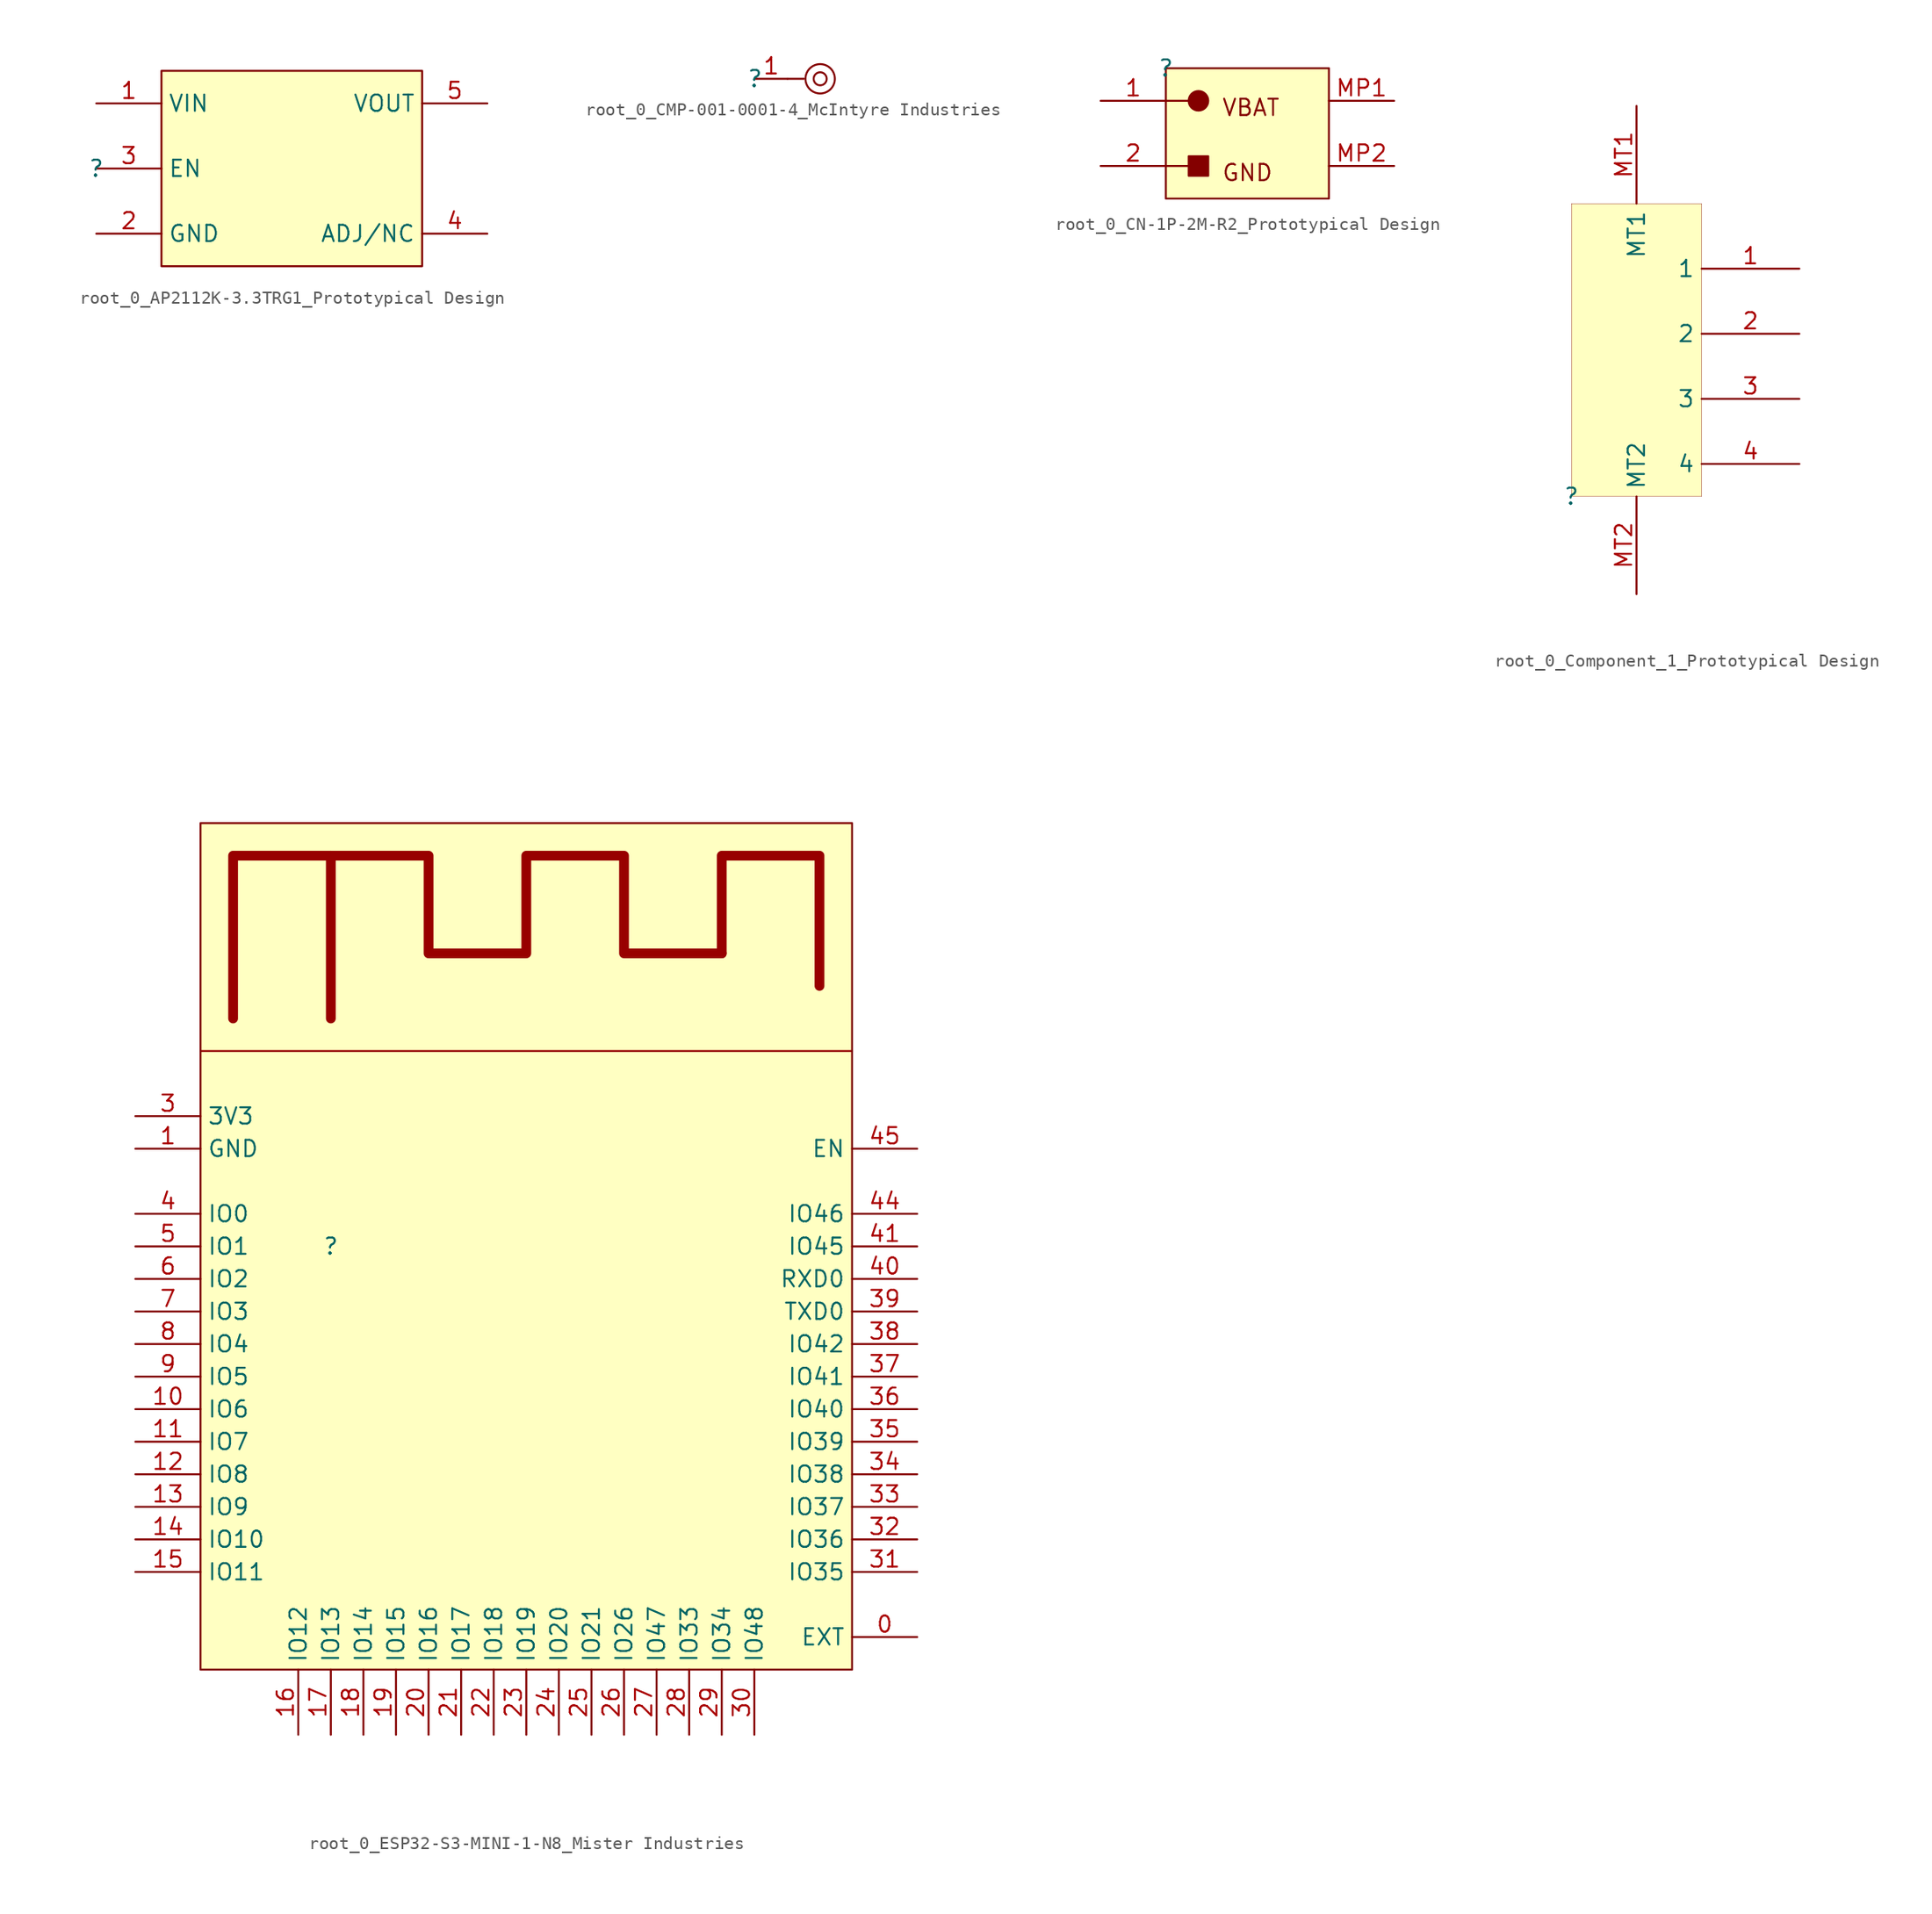
<source format=kicad_sym>
(kicad_symbol_lib
  (version 20241209)
  (generator "kicad_symbol_editor")
  (generator_version "9.0")
  (symbol "root_0_AP2112K-3.3TRG1_Prototypical Design"
    (property "Reference" ""
      (at 0 0 0)
      (effects (font (size 1.27 1.27))))
    (property "Value" ""
      (at 0 0 0)
      (effects (font (size 1.27 1.27))))
    (symbol "root_0_AP2112K-3.3TRG1_Prototypical Design_1_0"
      (rectangle (start 25.4 7.62) (end 5.08 -7.62) (stroke (width 0) (type solid) (color 128 0 0 1)) (fill (type background)))
      (pin passive line (at 0 5.08 0) (length 5.08) (name "VIN" (effects (font (size 1.27 1.27)))) (number "1" (effects (font (size 1.27 1.27)))))
      (pin input line (at 0 0 0) (length 5.08) (name "EN" (effects (font (size 1.27 1.27)))) (number "3" (effects (font (size 1.27 1.27)))))
      (pin passive line (at 0 -5.08 0) (length 5.08) (name "GND" (effects (font (size 1.27 1.27)))) (number "2" (effects (font (size 1.27 1.27)))))
      (pin passive line (at 30.48 5.08 180) (length 5.08) (name "VOUT" (effects (font (size 1.27 1.27)))) (number "5" (effects (font (size 1.27 1.27)))))
      (pin bidirectional line (at 30.48 -5.08 180) (length 5.08) (name "ADJ/NC" (effects (font (size 1.27 1.27)))) (number "4" (effects (font (size 1.27 1.27)))))))
  (symbol "root_0_CMP-001-0001-4_McIntyre Industries"
    (pin_names
      (hide yes))
    (property "Reference" ""
      (at 0 0 0)
      (effects (font (size 1.27 1.27))))
    (property "Value" ""
      (at 0 0 0)
      (effects (font (size 1.27 1.27))))
    (symbol "root_0_CMP-001-0001-4_McIntyre Industries_1_0"
      (polyline (pts (xy 3.81 0) (xy 2.54 0)) (stroke (width 0) (type solid)) (fill (type none)))
      (circle (center 5.08 0) (radius 0.508) (stroke (width 0) (type solid)) (fill (type none)))
      (circle (center 5.08 0) (radius 1.143) (stroke (width 0) (type solid)) (fill (type none)))
      (pin passive line (at 0 0 0) (length 2.54) (name "TP" (effects (font (size 1.27 1.27)))) (number "1" (effects (font (size 1.27 1.27)))))))
  (symbol "root_0_CN-1P-2M-R2_Prototypical Design"
    (pin_names
      (hide yes))
    (property "Reference" ""
      (at 0 0 0)
      (effects (font (size 1.27 1.27))))
    (property "Value" ""
      (at 0 0 0)
      (effects (font (size 1.27 1.27))))
    (symbol "root_0_CN-1P-2M-R2_Prototypical Design_1_0"
      (polyline (pts (xy 0 -2.54) (xy 1.778 -2.54)) (stroke (width 0) (type solid)) (fill (type none)))
      (polyline (pts (xy 0 -7.62) (xy 1.778 -7.62)) (stroke (width 0) (type solid)) (fill (type none)))
      (circle (center 2.54 -2.54) (radius 0.762) (stroke (width 0) (type solid)) (fill (type outline)))
      (rectangle (start 3.302 -6.858) (end 1.778 -8.382) (stroke (width 0) (type solid)) (fill (type outline)))
      (rectangle (start 12.7 0) (end 0 -10.16) (stroke (width 0) (type solid) (color 128 0 0 1)) (fill (type background)))
      (text "VBAT" (at 4.318 -3.81 0) (effects (font (size 1.27 1.27)) (justify left bottom)))
      (text "GND" (at 4.318 -8.89 0) (effects (font (size 1.27 1.27)) (justify left bottom)))
      (pin passive line (at -5.08 -2.54 0) (length 5.08) (name "1" (effects (font (size 1.27 1.27)))) (number "1" (effects (font (size 1.27 1.27)))))
      (pin passive line (at -5.08 -7.62 0) (length 5.08) (name "2" (effects (font (size 1.27 1.27)))) (number "2" (effects (font (size 1.27 1.27)))))
      (pin passive line (at 17.78 -2.54 180) (length 5.08) (name "MP1" (effects (font (size 1.27 1.27)))) (number "MP1" (effects (font (size 1.27 1.27)))))
      (pin passive line (at 17.78 -7.62 180) (length 5.08) (name "MP2" (effects (font (size 1.27 1.27)))) (number "MP2" (effects (font (size 1.27 1.27)))))))
  (symbol "root_0_Component_1_Prototypical Design"
    (property "Reference" ""
      (at 0 0 0)
      (effects (font (size 1.27 1.27))))
    (property "Value" ""
      (at 0 0 0)
      (effects (font (size 1.27 1.27))))
    (symbol "root_0_Component_1_Prototypical Design_1_0"
      (rectangle (start 10.16 22.86) (end 0 0) (stroke (width 0.025) (type solid) (color 128 0 0 1)) (fill (type background)))
      (pin passive line (at 5.08 30.48 270) (length 7.62) (name "MT1" (effects (font (size 1.27 1.27)))) (number "MT1" (effects (font (size 1.27 1.27)))))
      (pin passive line (at 5.08 -7.62 90) (length 7.62) (name "MT2" (effects (font (size 1.27 1.27)))) (number "MT2" (effects (font (size 1.27 1.27)))))
      (pin passive line (at 17.78 17.78 180) (length 7.62) (name "1" (effects (font (size 1.27 1.27)))) (number "1" (effects (font (size 1.27 1.27)))))
      (pin passive line (at 17.78 12.7 180) (length 7.62) (name "2" (effects (font (size 1.27 1.27)))) (number "2" (effects (font (size 1.27 1.27)))))
      (pin passive line (at 17.78 7.62 180) (length 7.62) (name "3" (effects (font (size 1.27 1.27)))) (number "3" (effects (font (size 1.27 1.27)))))
      (pin passive line (at 17.78 2.54 180) (length 7.62) (name "4" (effects (font (size 1.27 1.27)))) (number "4" (effects (font (size 1.27 1.27)))))))
  (symbol "root_0_ESP32-S3-MINI-1-N8_Mister Industries"
    (property "Reference" ""
      (at 0 0 0)
      (effects (font (size 1.27 1.27))))
    (property "Value" ""
      (at 0 0 0)
      (effects (font (size 1.27 1.27))))
    (symbol "root_0_ESP32-S3-MINI-1-N8_Mister Industries_1_0"
      (polyline (pts (xy -10.16 15.24) (xy 40.64 15.24)) (stroke (width 0) (type solid) (color 152 0 0 1)) (fill (type none)))
      (polyline (pts (xy -7.62 17.78) (xy -7.62 30.48) (xy 7.62 30.48) (xy 7.62 22.86) (xy 15.24 22.86) (xy 15.24 30.48) (xy 22.86 30.48) (xy 22.86 22.86) (xy 30.48 22.86)) (stroke (width 0.762) (type solid) (color 152 0 0 1)) (fill (type none)))
      (polyline (pts (xy 0 17.78) (xy 0 30.48)) (stroke (width 0.762) (type solid) (color 152 0 0 1)) (fill (type none)))
      (polyline (pts (xy 30.48 22.86) (xy 30.48 30.48) (xy 38.1 30.48) (xy 38.1 20.32)) (stroke (width 0.762) (type solid) (color 152 0 0 1)) (fill (type none)))
      (rectangle (start 40.64 33.02) (end -10.16 -33.02) (stroke (width 0) (type solid) (color 128 0 0 1)) (fill (type background)))
      (pin power_in line (at -15.24 10.16 0) (length 5.08) (name "3V3" (effects (font (size 1.27 1.27)))) (number "3" (effects (font (size 1.27 1.27)))))
      (pin power_in line (at -15.24 7.62 0) (length 5.08) (name "GND" (effects (font (size 1.27 1.27)))) (number "1" (effects (font (size 1.27 1.27)))))
      (pin bidirectional line (at -15.24 2.54 0) (length 5.08) (name "IO0" (effects (font (size 1.27 1.27)))) (number "4" (effects (font (size 1.27 1.27)))))
      (pin bidirectional line (at -15.24 0 0) (length 5.08) (name "IO1" (effects (font (size 1.27 1.27)))) (number "5" (effects (font (size 1.27 1.27)))))
      (pin bidirectional line (at -15.24 -2.54 0) (length 5.08) (name "IO2" (effects (font (size 1.27 1.27)))) (number "6" (effects (font (size 1.27 1.27)))))
      (pin bidirectional line (at -15.24 -5.08 0) (length 5.08) (name "IO3" (effects (font (size 1.27 1.27)))) (number "7" (effects (font (size 1.27 1.27)))))
      (pin bidirectional line (at -15.24 -7.62 0) (length 5.08) (name "IO4" (effects (font (size 1.27 1.27)))) (number "8" (effects (font (size 1.27 1.27)))))
      (pin bidirectional line (at -15.24 -10.16 0) (length 5.08) (name "IO5" (effects (font (size 1.27 1.27)))) (number "9" (effects (font (size 1.27 1.27)))))
      (pin bidirectional line (at -15.24 -12.7 0) (length 5.08) (name "IO6" (effects (font (size 1.27 1.27)))) (number "10" (effects (font (size 1.27 1.27)))))
      (pin bidirectional line (at -15.24 -15.24 0) (length 5.08) (name "IO7" (effects (font (size 1.27 1.27)))) (number "11" (effects (font (size 1.27 1.27)))))
      (pin bidirectional line (at -15.24 -17.78 0) (length 5.08) (name "IO8" (effects (font (size 1.27 1.27)))) (number "12" (effects (font (size 1.27 1.27)))))
      (pin bidirectional line (at -15.24 -20.32 0) (length 5.08) (name "IO9" (effects (font (size 1.27 1.27)))) (number "13" (effects (font (size 1.27 1.27)))))
      (pin bidirectional line (at -15.24 -22.86 0) (length 5.08) (name "IO10" (effects (font (size 1.27 1.27)))) (number "14" (effects (font (size 1.27 1.27)))))
      (pin bidirectional line (at -15.24 -25.4 0) (length 5.08) (name "IO11" (effects (font (size 1.27 1.27)))) (number "15" (effects (font (size 1.27 1.27)))))
      (pin bidirectional line (at -2.54 -38.1 90) (length 5.08) (name "IO12" (effects (font (size 1.27 1.27)))) (number "16" (effects (font (size 1.27 1.27)))))
      (pin bidirectional line (at 0 -38.1 90) (length 5.08) (name "IO13" (effects (font (size 1.27 1.27)))) (number "17" (effects (font (size 1.27 1.27)))))
      (pin bidirectional line (at 2.54 -38.1 90) (length 5.08) (name "IO14" (effects (font (size 1.27 1.27)))) (number "18" (effects (font (size 1.27 1.27)))))
      (pin bidirectional line (at 5.08 -38.1 90) (length 5.08) (name "IO15" (effects (font (size 1.27 1.27)))) (number "19" (effects (font (size 1.27 1.27)))))
      (pin bidirectional line (at 7.62 -38.1 90) (length 5.08) (name "IO16" (effects (font (size 1.27 1.27)))) (number "20" (effects (font (size 1.27 1.27)))))
      (pin bidirectional line (at 10.16 -38.1 90) (length 5.08) (name "IO17" (effects (font (size 1.27 1.27)))) (number "21" (effects (font (size 1.27 1.27)))))
      (pin bidirectional line (at 12.7 -38.1 90) (length 5.08) (name "IO18" (effects (font (size 1.27 1.27)))) (number "22" (effects (font (size 1.27 1.27)))))
      (pin bidirectional line (at 15.24 -38.1 90) (length 5.08) (name "IO19" (effects (font (size 1.27 1.27)))) (number "23" (effects (font (size 1.27 1.27)))))
      (pin bidirectional line (at 17.78 -38.1 90) (length 5.08) (name "IO20" (effects (font (size 1.27 1.27)))) (number "24" (effects (font (size 1.27 1.27)))))
      (pin bidirectional line (at 20.32 -38.1 90) (length 5.08) (name "IO21" (effects (font (size 1.27 1.27)))) (number "25" (effects (font (size 1.27 1.27)))))
      (pin bidirectional line (at 22.86 -38.1 90) (length 5.08) (name "IO26" (effects (font (size 1.27 1.27)))) (number "26" (effects (font (size 1.27 1.27)))))
      (pin bidirectional line (at 25.4 -38.1 90) (length 5.08) (name "IO47" (effects (font (size 1.27 1.27)))) (number "27" (effects (font (size 1.27 1.27)))))
      (pin bidirectional line (at 27.94 -38.1 90) (length 5.08) (name "IO33" (effects (font (size 1.27 1.27)))) (number "28" (effects (font (size 1.27 1.27)))))
      (pin bidirectional line (at 30.48 -38.1 90) (length 5.08) (name "IO34" (effects (font (size 1.27 1.27)))) (number "29" (effects (font (size 1.27 1.27)))))
      (pin bidirectional line (at 33.02 -38.1 90) (length 5.08) (name "IO48" (effects (font (size 1.27 1.27)))) (number "30" (effects (font (size 1.27 1.27)))))
      (pin input line (at 45.72 7.62 180) (length 5.08) (name "EN" (effects (font (size 1.27 1.27)))) (number "45" (effects (font (size 1.27 1.27)))))
      (pin bidirectional line (at 45.72 2.54 180) (length 5.08) (name "IO46" (effects (font (size 1.27 1.27)))) (number "44" (effects (font (size 1.27 1.27)))))
      (pin bidirectional line (at 45.72 0 180) (length 5.08) (name "IO45" (effects (font (size 1.27 1.27)))) (number "41" (effects (font (size 1.27 1.27)))))
      (pin bidirectional line (at 45.72 -2.54 180) (length 5.08) (name "RXD0" (effects (font (size 1.27 1.27)))) (number "40" (effects (font (size 1.27 1.27)))))
      (pin bidirectional line (at 45.72 -5.08 180) (length 5.08) (name "TXD0" (effects (font (size 1.27 1.27)))) (number "39" (effects (font (size 1.27 1.27)))))
      (pin bidirectional line (at 45.72 -7.62 180) (length 5.08) (name "IO42" (effects (font (size 1.27 1.27)))) (number "38" (effects (font (size 1.27 1.27)))))
      (pin bidirectional line (at 45.72 -10.16 180) (length 5.08) (name "IO41" (effects (font (size 1.27 1.27)))) (number "37" (effects (font (size 1.27 1.27)))))
      (pin bidirectional line (at 45.72 -12.7 180) (length 5.08) (name "IO40" (effects (font (size 1.27 1.27)))) (number "36" (effects (font (size 1.27 1.27)))))
      (pin bidirectional line (at 45.72 -15.24 180) (length 5.08) (name "IO39" (effects (font (size 1.27 1.27)))) (number "35" (effects (font (size 1.27 1.27)))))
      (pin bidirectional line (at 45.72 -17.78 180) (length 5.08) (name "IO38" (effects (font (size 1.27 1.27)))) (number "34" (effects (font (size 1.27 1.27)))))
      (pin bidirectional line (at 45.72 -20.32 180) (length 5.08) (name "IO37" (effects (font (size 1.27 1.27)))) (number "33" (effects (font (size 1.27 1.27)))))
      (pin bidirectional line (at 45.72 -22.86 180) (length 5.08) (name "IO36" (effects (font (size 1.27 1.27)))) (number "32" (effects (font (size 1.27 1.27)))))
      (pin bidirectional line (at 45.72 -25.4 180) (length 5.08) (name "IO35" (effects (font (size 1.27 1.27)))) (number "31" (effects (font (size 1.27 1.27)))))
      (pin power_in line (at 45.72 -30.48 180) (length 5.08) (name "EXT" (effects (font (size 1.27 1.27)))) (number "0" (effects (font (size 1.27 1.27))))))))
</source>
